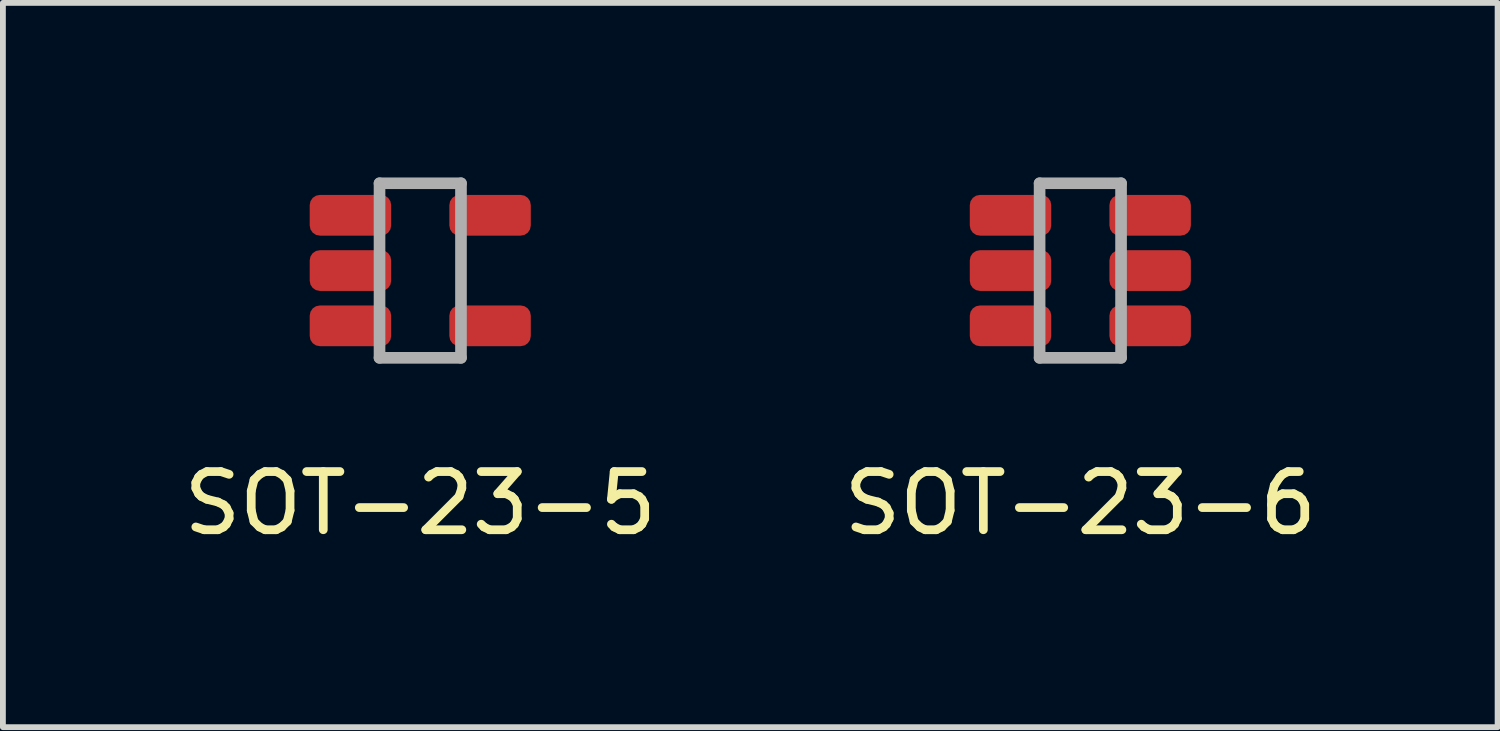
<source format=kicad_pcb>
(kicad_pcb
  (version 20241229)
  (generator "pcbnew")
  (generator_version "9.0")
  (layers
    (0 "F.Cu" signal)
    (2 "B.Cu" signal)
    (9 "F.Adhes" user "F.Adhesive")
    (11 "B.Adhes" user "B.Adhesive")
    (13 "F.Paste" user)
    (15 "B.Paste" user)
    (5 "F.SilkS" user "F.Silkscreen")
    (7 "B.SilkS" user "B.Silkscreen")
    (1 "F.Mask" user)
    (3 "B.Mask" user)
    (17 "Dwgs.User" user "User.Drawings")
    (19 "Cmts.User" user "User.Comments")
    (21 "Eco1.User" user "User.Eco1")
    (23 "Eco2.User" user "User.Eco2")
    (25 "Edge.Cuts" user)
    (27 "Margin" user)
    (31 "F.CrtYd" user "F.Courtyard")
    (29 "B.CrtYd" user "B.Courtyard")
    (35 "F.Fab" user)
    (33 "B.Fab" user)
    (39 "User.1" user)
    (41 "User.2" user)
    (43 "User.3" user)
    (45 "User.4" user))
  (footprint "SOT-23-5"
    (layer "F.Cu")
    (at 4.173 1.6)
    (property "Reference" "SOT-23-5" (at 0 4 0) (layer "F.SilkS") (effects (font (size 1 1) (thickness 0.15))))
    (attr through_hole)
    (fp_line (start -0.7 -1.5) (end -0.7 1.5) (stroke (width 0.2) (type solid)) (layer "F.Fab"))
    (fp_line (start -0.7 -1.5) (end 0.7 -1.5) (stroke (width 0.2) (type solid)) (layer "F.Fab"))
    (fp_line (start -0.7 1.5) (end 0.7 1.5) (stroke (width 0.2) (type solid)) (layer "F.Fab"))
    (fp_line (start 0.7 -1.5) (end 0.7 1.5) (stroke (width 0.2) (type solid)) (layer "F.Fab"))
    (pad "1" smd roundrect (at -1.2 -0.95) (size 1.4 0.7) (layers "F.Cu" "F.Mask" "F.Paste") (roundrect_rratio 0.25))
    (pad "2" smd roundrect (at -1.2 0) (size 1.4 0.7) (layers "F.Cu" "F.Mask" "F.Paste") (roundrect_rratio 0.25))
    (pad "3" smd roundrect (at -1.2 0.95) (size 1.4 0.7) (layers "F.Cu" "F.Mask" "F.Paste") (roundrect_rratio 0.25))
    (pad "4" smd roundrect (at 1.2 0.95) (size 1.4 0.7) (layers "F.Cu" "F.Mask" "F.Paste") (roundrect_rratio 0.25))
    (pad "5" smd roundrect (at 1.2 -0.95) (size 1.4 0.7) (layers "F.Cu" "F.Mask" "F.Paste") (roundrect_rratio 0.25)))
  (footprint "SOT-23-6"
    (layer "F.Cu")
    (at 15.518 1.6)
    (property "Reference" "SOT-23-6" (at 0 4 0) (layer "F.SilkS") (effects (font (size 1 1) (thickness 0.15))))
    (attr through_hole)
    (fp_line (start -0.7 -1.5) (end -0.7 1.5) (stroke (width 0.2) (type solid)) (layer "F.Fab"))
    (fp_line (start -0.7 -1.5) (end 0.7 -1.5) (stroke (width 0.2) (type solid)) (layer "F.Fab"))
    (fp_line (start -0.7 1.5) (end 0.7 1.5) (stroke (width 0.2) (type solid)) (layer "F.Fab"))
    (fp_line (start 0.7 -1.5) (end 0.7 1.5) (stroke (width 0.2) (type solid)) (layer "F.Fab"))
    (pad "1" smd roundrect (at -1.2 -0.95) (size 1.4 0.7) (layers "F.Cu" "F.Mask" "F.Paste") (roundrect_rratio 0.25))
    (pad "2" smd roundrect (at -1.2 0) (size 1.4 0.7) (layers "F.Cu" "F.Mask" "F.Paste") (roundrect_rratio 0.25))
    (pad "3" smd roundrect (at -1.2 0.95) (size 1.4 0.7) (layers "F.Cu" "F.Mask" "F.Paste") (roundrect_rratio 0.25))
    (pad "4" smd roundrect (at 1.2 0.95) (size 1.4 0.7) (layers "F.Cu" "F.Mask" "F.Paste") (roundrect_rratio 0.25))
    (pad "5" smd roundrect (at 1.2 0) (size 1.4 0.7) (layers "F.Cu" "F.Mask" "F.Paste") (roundrect_rratio 0.25))
    (pad "6" smd roundrect (at 1.2 -0.95) (size 1.4 0.7) (layers "F.Cu" "F.Mask" "F.Paste") (roundrect_rratio 0.25)))
  (gr_rect
    (start -3 -3)
    (end 22.69 9.448)
    (stroke (width 0.1) (type default))
    (fill no)
    (layer "Edge.Cuts")))
</source>
